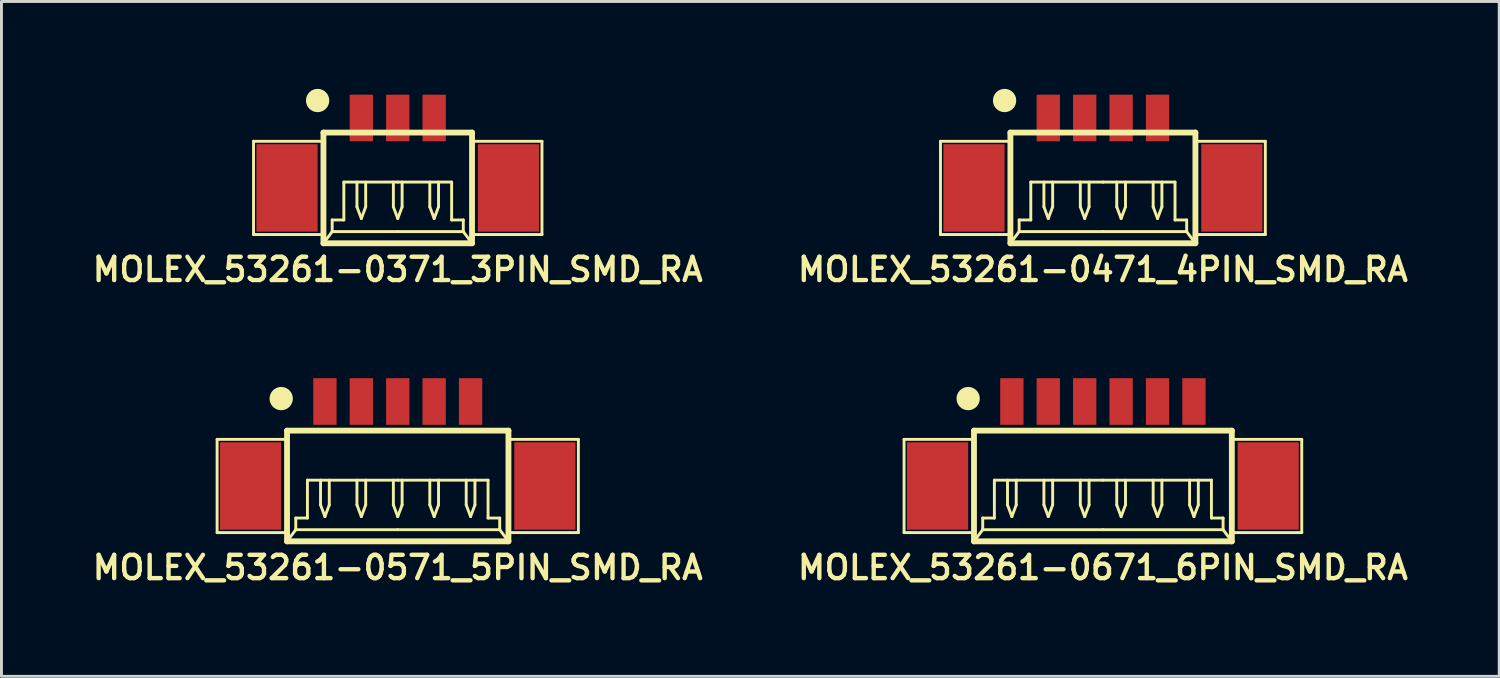
<source format=kicad_pcb>
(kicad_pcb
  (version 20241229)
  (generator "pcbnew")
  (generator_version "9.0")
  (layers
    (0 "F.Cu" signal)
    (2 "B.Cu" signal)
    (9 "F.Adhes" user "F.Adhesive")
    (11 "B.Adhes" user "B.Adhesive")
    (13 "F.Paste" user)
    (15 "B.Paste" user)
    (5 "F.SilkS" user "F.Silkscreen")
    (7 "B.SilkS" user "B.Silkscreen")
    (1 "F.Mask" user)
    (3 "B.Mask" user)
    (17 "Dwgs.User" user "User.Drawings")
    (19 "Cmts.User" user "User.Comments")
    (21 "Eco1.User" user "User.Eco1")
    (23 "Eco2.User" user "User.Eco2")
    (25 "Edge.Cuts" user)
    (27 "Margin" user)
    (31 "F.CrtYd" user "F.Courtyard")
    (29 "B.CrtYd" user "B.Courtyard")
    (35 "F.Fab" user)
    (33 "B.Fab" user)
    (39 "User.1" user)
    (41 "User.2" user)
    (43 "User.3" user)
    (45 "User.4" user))
  (footprint "MOLEX_53261-0371_3PIN_SMD_RA"
    (layer "F.Cu")
    (at 10.602 3.4)
    (property "Reference" "MOLEX_53261-0371_3PIN_SMD_RA" (at 0 2.8 0) (layer "F.SilkS") (effects (font (size 0.8 0.8) (thickness 0.15))))
    (attr through_hole)
    (fp_line (start -4.95 -1.6) (end -2.55 -1.6) (stroke (width 0.1) (type solid)) (layer "F.SilkS"))
    (fp_line (start -4.95 1.6) (end -4.95 -1.6) (stroke (width 0.1) (type solid)) (layer "F.SilkS"))
    (fp_line (start -2.55 -1.9) (end -2.55 1.9) (stroke (width 0.2) (type solid)) (layer "F.SilkS"))
    (fp_line (start -2.55 -1.9) (end 2.55 -1.9) (stroke (width 0.2) (type solid)) (layer "F.SilkS"))
    (fp_line (start -2.55 1.6) (end -4.95 1.6) (stroke (width 0.1) (type solid)) (layer "F.SilkS"))
    (fp_line (start -2.55 1.9) (end 2.55 1.9) (stroke (width 0.2) (type solid)) (layer "F.SilkS"))
    (fp_line (start -2.25 1.1) (end -2.25 1.5) (stroke (width 0.1) (type solid)) (layer "F.SilkS"))
    (fp_line (start -2.25 1.5) (end -2.55 1.9) (stroke (width 0.1) (type solid)) (layer "F.SilkS"))
    (fp_line (start -2.25 1.5) (end 0 1.5) (stroke (width 0.1) (type solid)) (layer "F.SilkS"))
    (fp_line (start -1.85 -0.2) (end -1.85 1.1) (stroke (width 0.1) (type solid)) (layer "F.SilkS"))
    (fp_line (start -1.85 1.1) (end -2.25 1.1) (stroke (width 0.1) (type solid)) (layer "F.SilkS"))
    (fp_line (start -1.4 -0.2) (end -1.4 0.65) (stroke (width 0.1) (type solid)) (layer "F.SilkS"))
    (fp_line (start -1.4 0.65) (end -1.25 1.05) (stroke (width 0.1) (type solid)) (layer "F.SilkS"))
    (fp_line (start -1.25 1.05) (end -1.1 0.65) (stroke (width 0.1) (type solid)) (layer "F.SilkS"))
    (fp_line (start -1.1 0.65) (end -1.1 -0.2) (stroke (width 0.1) (type solid)) (layer "F.SilkS"))
    (fp_line (start -0.15 -0.2) (end -0.15 0.65) (stroke (width 0.1) (type solid)) (layer "F.SilkS"))
    (fp_line (start -0.15 0.65) (end 0 1.05) (stroke (width 0.1) (type solid)) (layer "F.SilkS"))
    (fp_line (start 0 -0.2) (end -1.85 -0.2) (stroke (width 0.1) (type solid)) (layer "F.SilkS"))
    (fp_line (start 0 -0.2) (end 1.85 -0.2) (stroke (width 0.1) (type solid)) (layer "F.SilkS"))
    (fp_line (start 0 1.05) (end 0.15 0.65) (stroke (width 0.1) (type solid)) (layer "F.SilkS"))
    (fp_line (start 0.15 0.65) (end 0.15 -0.2) (stroke (width 0.1) (type solid)) (layer "F.SilkS"))
    (fp_line (start 1.1 -0.2) (end 1.1 0.65) (stroke (width 0.1) (type solid)) (layer "F.SilkS"))
    (fp_line (start 1.1 0.65) (end 1.25 1.05) (stroke (width 0.1) (type solid)) (layer "F.SilkS"))
    (fp_line (start 1.25 1.05) (end 1.4 0.65) (stroke (width 0.1) (type solid)) (layer "F.SilkS"))
    (fp_line (start 1.4 0.65) (end 1.4 -0.2) (stroke (width 0.1) (type solid)) (layer "F.SilkS"))
    (fp_line (start 1.85 -0.2) (end 1.85 1.1) (stroke (width 0.1) (type solid)) (layer "F.SilkS"))
    (fp_line (start 1.85 1.1) (end 2.25 1.1) (stroke (width 0.1) (type solid)) (layer "F.SilkS"))
    (fp_line (start 2.25 1.1) (end 2.25 1.5) (stroke (width 0.1) (type solid)) (layer "F.SilkS"))
    (fp_line (start 2.25 1.5) (end 0 1.5) (stroke (width 0.1) (type solid)) (layer "F.SilkS"))
    (fp_line (start 2.25 1.5) (end 2.55 1.9) (stroke (width 0.1) (type solid)) (layer "F.SilkS"))
    (fp_line (start 2.55 -1.9) (end 2.55 1.9) (stroke (width 0.2) (type solid)) (layer "F.SilkS"))
    (fp_line (start 2.55 1.6) (end 4.95 1.6) (stroke (width 0.1) (type solid)) (layer "F.SilkS"))
    (fp_line (start 4.95 -1.6) (end 2.55 -1.6) (stroke (width 0.1) (type solid)) (layer "F.SilkS"))
    (fp_line (start 4.95 1.6) (end 4.95 -1.6) (stroke (width 0.1) (type solid)) (layer "F.SilkS"))
    (fp_circle (center -2.75 -3) (end -2.75 -2.8) (stroke (width 0.4) (type solid)) (fill no) (layer "F.SilkS"))
    (pad "" smd rect (at -3.8 0) (size 2.1 3) (layers "F.Cu" "F.Mask"))
    (pad "" smd rect (at 3.8 0) (size 2.1 3) (layers "F.Cu" "F.Mask"))
    (pad "1" smd rect (at -1.25 -2.4) (size 0.8 1.6) (layers "F.Cu" "F.Mask"))
    (pad "2" smd rect (at 0 -2.4) (size 0.8 1.6) (layers "F.Cu" "F.Mask"))
    (pad "3" smd rect (at 1.25 -2.4) (size 0.8 1.6) (layers "F.Cu" "F.Mask")))
  (footprint "MOLEX_53261-0471_4PIN_SMD_RA"
    (layer "F.Cu")
    (at 34.806 3.4)
    (property "Reference" "MOLEX_53261-0471_4PIN_SMD_RA" (at 0 2.8 0) (layer "F.SilkS") (effects (font (size 0.8 0.8) (thickness 0.15))))
    (attr through_hole)
    (fp_line (start -5.575 -1.6) (end -3.175 -1.6) (stroke (width 0.1) (type solid)) (layer "F.SilkS"))
    (fp_line (start -5.575 1.6) (end -5.575 -1.6) (stroke (width 0.1) (type solid)) (layer "F.SilkS"))
    (fp_line (start -3.175 -1.9) (end -3.175 1.9) (stroke (width 0.2) (type solid)) (layer "F.SilkS"))
    (fp_line (start -3.175 -1.9) (end 3.175 -1.9) (stroke (width 0.2) (type solid)) (layer "F.SilkS"))
    (fp_line (start -3.175 1.6) (end -5.575 1.6) (stroke (width 0.1) (type solid)) (layer "F.SilkS"))
    (fp_line (start -3.175 1.9) (end 3.175 1.9) (stroke (width 0.2) (type solid)) (layer "F.SilkS"))
    (fp_line (start -2.875 1.1) (end -2.875 1.5) (stroke (width 0.1) (type solid)) (layer "F.SilkS"))
    (fp_line (start -2.875 1.5) (end -3.175 1.9) (stroke (width 0.1) (type solid)) (layer "F.SilkS"))
    (fp_line (start -2.875 1.5) (end 0 1.5) (stroke (width 0.1) (type solid)) (layer "F.SilkS"))
    (fp_line (start -2.475 -0.2) (end -2.475 1.1) (stroke (width 0.1) (type solid)) (layer "F.SilkS"))
    (fp_line (start -2.475 1.1) (end -2.875 1.1) (stroke (width 0.1) (type solid)) (layer "F.SilkS"))
    (fp_line (start -2.025 -0.2) (end -2.025 0.65) (stroke (width 0.1) (type solid)) (layer "F.SilkS"))
    (fp_line (start -2.025 0.65) (end -1.875 1.05) (stroke (width 0.1) (type solid)) (layer "F.SilkS"))
    (fp_line (start -1.875 1.05) (end -1.725 0.65) (stroke (width 0.1) (type solid)) (layer "F.SilkS"))
    (fp_line (start -1.725 0.65) (end -1.725 -0.2) (stroke (width 0.1) (type solid)) (layer "F.SilkS"))
    (fp_line (start -0.775 -0.2) (end -0.775 0.65) (stroke (width 0.1) (type solid)) (layer "F.SilkS"))
    (fp_line (start -0.775 0.65) (end -0.625 1.05) (stroke (width 0.1) (type solid)) (layer "F.SilkS"))
    (fp_line (start -0.625 1.05) (end -0.475 0.65) (stroke (width 0.1) (type solid)) (layer "F.SilkS"))
    (fp_line (start -0.475 0.65) (end -0.475 -0.2) (stroke (width 0.1) (type solid)) (layer "F.SilkS"))
    (fp_line (start 0 -0.2) (end -2.475 -0.2) (stroke (width 0.1) (type solid)) (layer "F.SilkS"))
    (fp_line (start 0 -0.2) (end 2.475 -0.2) (stroke (width 0.1) (type solid)) (layer "F.SilkS"))
    (fp_line (start 0.475 -0.2) (end 0.475 0.65) (stroke (width 0.1) (type solid)) (layer "F.SilkS"))
    (fp_line (start 0.475 0.65) (end 0.625 1.05) (stroke (width 0.1) (type solid)) (layer "F.SilkS"))
    (fp_line (start 0.625 1.05) (end 0.775 0.65) (stroke (width 0.1) (type solid)) (layer "F.SilkS"))
    (fp_line (start 0.775 0.65) (end 0.775 -0.2) (stroke (width 0.1) (type solid)) (layer "F.SilkS"))
    (fp_line (start 1.725 -0.2) (end 1.725 0.65) (stroke (width 0.1) (type solid)) (layer "F.SilkS"))
    (fp_line (start 1.725 0.65) (end 1.875 1.05) (stroke (width 0.1) (type solid)) (layer "F.SilkS"))
    (fp_line (start 1.875 1.05) (end 2.025 0.65) (stroke (width 0.1) (type solid)) (layer "F.SilkS"))
    (fp_line (start 2.025 0.65) (end 2.025 -0.2) (stroke (width 0.1) (type solid)) (layer "F.SilkS"))
    (fp_line (start 2.475 -0.2) (end 2.475 1.1) (stroke (width 0.1) (type solid)) (layer "F.SilkS"))
    (fp_line (start 2.475 1.1) (end 2.875 1.1) (stroke (width 0.1) (type solid)) (layer "F.SilkS"))
    (fp_line (start 2.875 1.1) (end 2.875 1.5) (stroke (width 0.1) (type solid)) (layer "F.SilkS"))
    (fp_line (start 2.875 1.5) (end 0 1.5) (stroke (width 0.1) (type solid)) (layer "F.SilkS"))
    (fp_line (start 2.875 1.5) (end 3.175 1.9) (stroke (width 0.1) (type solid)) (layer "F.SilkS"))
    (fp_line (start 3.175 -1.9) (end 3.175 1.9) (stroke (width 0.2) (type solid)) (layer "F.SilkS"))
    (fp_line (start 3.175 1.6) (end 5.575 1.6) (stroke (width 0.1) (type solid)) (layer "F.SilkS"))
    (fp_line (start 5.575 -1.6) (end 3.175 -1.6) (stroke (width 0.1) (type solid)) (layer "F.SilkS"))
    (fp_line (start 5.575 1.6) (end 5.575 -1.6) (stroke (width 0.1) (type solid)) (layer "F.SilkS"))
    (fp_circle (center -3.375 -3) (end -3.375 -2.8) (stroke (width 0.4) (type solid)) (fill no) (layer "F.SilkS"))
    (pad "" smd rect (at -4.425 0) (size 2.1 3) (layers "F.Cu" "F.Mask"))
    (pad "" smd rect (at 4.425 0) (size 2.1 3) (layers "F.Cu" "F.Mask"))
    (pad "1" smd rect (at -1.875 -2.4) (size 0.8 1.6) (layers "F.Cu" "F.Mask"))
    (pad "2" smd rect (at -0.625 -2.4) (size 0.8 1.6) (layers "F.Cu" "F.Mask"))
    (pad "3" smd rect (at 0.625 -2.4) (size 0.8 1.6) (layers "F.Cu" "F.Mask"))
    (pad "4" smd rect (at 1.875 -2.4) (size 0.8 1.6) (layers "F.Cu" "F.Mask")))
  (footprint "MOLEX_53261-0671_6PIN_SMD_RA"
    (layer "F.Cu")
    (at 34.806 13.631)
    (property "Reference" "MOLEX_53261-0671_6PIN_SMD_RA" (at 0 2.8 0) (layer "F.SilkS") (effects (font (size 0.8 0.8) (thickness 0.15))))
    (attr through_hole)
    (fp_line (start -6.825 -1.6) (end -4.425 -1.6) (stroke (width 0.1) (type solid)) (layer "F.SilkS"))
    (fp_line (start -6.825 1.6) (end -6.825 -1.6) (stroke (width 0.1) (type solid)) (layer "F.SilkS"))
    (fp_line (start -4.425 -1.9) (end -4.425 1.9) (stroke (width 0.2) (type solid)) (layer "F.SilkS"))
    (fp_line (start -4.425 -1.9) (end 4.425 -1.9) (stroke (width 0.2) (type solid)) (layer "F.SilkS"))
    (fp_line (start -4.425 1.6) (end -6.825 1.6) (stroke (width 0.1) (type solid)) (layer "F.SilkS"))
    (fp_line (start -4.425 1.9) (end 4.425 1.9) (stroke (width 0.2) (type solid)) (layer "F.SilkS"))
    (fp_line (start -4.125 1.1) (end -4.125 1.5) (stroke (width 0.1) (type solid)) (layer "F.SilkS"))
    (fp_line (start -4.125 1.5) (end -4.425 1.9) (stroke (width 0.1) (type solid)) (layer "F.SilkS"))
    (fp_line (start -4.125 1.5) (end 0 1.5) (stroke (width 0.1) (type solid)) (layer "F.SilkS"))
    (fp_line (start -3.725 -0.2) (end -3.725 1.1) (stroke (width 0.1) (type solid)) (layer "F.SilkS"))
    (fp_line (start -3.725 1.1) (end -4.125 1.1) (stroke (width 0.1) (type solid)) (layer "F.SilkS"))
    (fp_line (start -3.275 -0.2) (end -3.275 0.65) (stroke (width 0.1) (type solid)) (layer "F.SilkS"))
    (fp_line (start -3.275 0.65) (end -3.125 1.05) (stroke (width 0.1) (type solid)) (layer "F.SilkS"))
    (fp_line (start -3.125 1.05) (end -2.975 0.65) (stroke (width 0.1) (type solid)) (layer "F.SilkS"))
    (fp_line (start -2.975 0.65) (end -2.975 -0.2) (stroke (width 0.1) (type solid)) (layer "F.SilkS"))
    (fp_line (start -2.025 -0.2) (end -2.025 0.65) (stroke (width 0.1) (type solid)) (layer "F.SilkS"))
    (fp_line (start -2.025 0.65) (end -1.875 1.05) (stroke (width 0.1) (type solid)) (layer "F.SilkS"))
    (fp_line (start -1.875 1.05) (end -1.725 0.65) (stroke (width 0.1) (type solid)) (layer "F.SilkS"))
    (fp_line (start -1.725 0.65) (end -1.725 -0.2) (stroke (width 0.1) (type solid)) (layer "F.SilkS"))
    (fp_line (start -0.775 -0.2) (end -0.775 0.65) (stroke (width 0.1) (type solid)) (layer "F.SilkS"))
    (fp_line (start -0.775 0.65) (end -0.625 1.05) (stroke (width 0.1) (type solid)) (layer "F.SilkS"))
    (fp_line (start -0.625 1.05) (end -0.475 0.65) (stroke (width 0.1) (type solid)) (layer "F.SilkS"))
    (fp_line (start -0.475 0.65) (end -0.475 -0.2) (stroke (width 0.1) (type solid)) (layer "F.SilkS"))
    (fp_line (start 0 -0.2) (end -3.725 -0.2) (stroke (width 0.1) (type solid)) (layer "F.SilkS"))
    (fp_line (start 0 -0.2) (end 3.725 -0.2) (stroke (width 0.1) (type solid)) (layer "F.SilkS"))
    (fp_line (start 0.475 -0.2) (end 0.475 0.65) (stroke (width 0.1) (type solid)) (layer "F.SilkS"))
    (fp_line (start 0.475 0.65) (end 0.625 1.05) (stroke (width 0.1) (type solid)) (layer "F.SilkS"))
    (fp_line (start 0.625 1.05) (end 0.775 0.65) (stroke (width 0.1) (type solid)) (layer "F.SilkS"))
    (fp_line (start 0.775 0.65) (end 0.775 -0.2) (stroke (width 0.1) (type solid)) (layer "F.SilkS"))
    (fp_line (start 1.725 -0.2) (end 1.725 0.65) (stroke (width 0.1) (type solid)) (layer "F.SilkS"))
    (fp_line (start 1.725 0.65) (end 1.875 1.05) (stroke (width 0.1) (type solid)) (layer "F.SilkS"))
    (fp_line (start 1.875 1.05) (end 2.025 0.65) (stroke (width 0.1) (type solid)) (layer "F.SilkS"))
    (fp_line (start 2.025 0.65) (end 2.025 -0.2) (stroke (width 0.1) (type solid)) (layer "F.SilkS"))
    (fp_line (start 2.975 -0.2) (end 2.975 0.65) (stroke (width 0.1) (type solid)) (layer "F.SilkS"))
    (fp_line (start 2.975 0.65) (end 3.125 1.05) (stroke (width 0.1) (type solid)) (layer "F.SilkS"))
    (fp_line (start 3.125 1.05) (end 3.275 0.65) (stroke (width 0.1) (type solid)) (layer "F.SilkS"))
    (fp_line (start 3.275 0.65) (end 3.275 -0.2) (stroke (width 0.1) (type solid)) (layer "F.SilkS"))
    (fp_line (start 3.725 -0.2) (end 3.725 1.1) (stroke (width 0.1) (type solid)) (layer "F.SilkS"))
    (fp_line (start 3.725 1.1) (end 4.125 1.1) (stroke (width 0.1) (type solid)) (layer "F.SilkS"))
    (fp_line (start 4.125 1.1) (end 4.125 1.5) (stroke (width 0.1) (type solid)) (layer "F.SilkS"))
    (fp_line (start 4.125 1.5) (end 0 1.5) (stroke (width 0.1) (type solid)) (layer "F.SilkS"))
    (fp_line (start 4.125 1.5) (end 4.425 1.9) (stroke (width 0.1) (type solid)) (layer "F.SilkS"))
    (fp_line (start 4.425 -1.9) (end 4.425 1.9) (stroke (width 0.2) (type solid)) (layer "F.SilkS"))
    (fp_line (start 4.425 1.6) (end 6.825 1.6) (stroke (width 0.1) (type solid)) (layer "F.SilkS"))
    (fp_line (start 6.825 -1.6) (end 4.425 -1.6) (stroke (width 0.1) (type solid)) (layer "F.SilkS"))
    (fp_line (start 6.825 1.6) (end 6.825 -1.6) (stroke (width 0.1) (type solid)) (layer "F.SilkS"))
    (fp_circle (center -4.625 -3) (end -4.625 -2.8) (stroke (width 0.4) (type solid)) (fill no) (layer "F.SilkS"))
    (pad "" smd rect (at -5.675 0) (size 2.1 3) (layers "F.Cu" "F.Mask"))
    (pad "" smd rect (at 5.675 0) (size 2.1 3) (layers "F.Cu" "F.Mask"))
    (pad "1" smd rect (at -3.125 -2.9) (size 0.8 1.6) (layers "F.Cu" "F.Mask"))
    (pad "2" smd rect (at -1.875 -2.9) (size 0.8 1.6) (layers "F.Cu" "F.Mask"))
    (pad "3" smd rect (at -0.625 -2.9) (size 0.8 1.6) (layers "F.Cu" "F.Mask"))
    (pad "4" smd rect (at 0.625 -2.9) (size 0.8 1.6) (layers "F.Cu" "F.Mask"))
    (pad "5" smd rect (at 1.875 -2.9) (size 0.8 1.6) (layers "F.Cu" "F.Mask"))
    (pad "6" smd rect (at 3.125 -2.9) (size 0.8 1.6) (layers "F.Cu" "F.Mask")))
  (footprint "MOLEX_53261-0571_5PIN_SMD_RA"
    (layer "F.Cu")
    (at 10.602 13.631)
    (property "Reference" "MOLEX_53261-0571_5PIN_SMD_RA" (at 0 2.8 0) (layer "F.SilkS") (effects (font (size 0.8 0.8) (thickness 0.15))))
    (attr through_hole)
    (fp_line (start -6.2 -1.6) (end -3.8 -1.6) (stroke (width 0.1) (type solid)) (layer "F.SilkS"))
    (fp_line (start -6.2 1.6) (end -6.2 -1.6) (stroke (width 0.1) (type solid)) (layer "F.SilkS"))
    (fp_line (start -3.8 -1.9) (end -3.8 1.9) (stroke (width 0.2) (type solid)) (layer "F.SilkS"))
    (fp_line (start -3.8 -1.9) (end 3.8 -1.9) (stroke (width 0.2) (type solid)) (layer "F.SilkS"))
    (fp_line (start -3.8 1.6) (end -6.2 1.6) (stroke (width 0.1) (type solid)) (layer "F.SilkS"))
    (fp_line (start -3.8 1.9) (end 3.8 1.9) (stroke (width 0.2) (type solid)) (layer "F.SilkS"))
    (fp_line (start -3.5 1.1) (end -3.5 1.5) (stroke (width 0.1) (type solid)) (layer "F.SilkS"))
    (fp_line (start -3.5 1.5) (end -3.8 1.9) (stroke (width 0.1) (type solid)) (layer "F.SilkS"))
    (fp_line (start -3.5 1.5) (end 0 1.5) (stroke (width 0.1) (type solid)) (layer "F.SilkS"))
    (fp_line (start -3.1 -0.2) (end -3.1 1.1) (stroke (width 0.1) (type solid)) (layer "F.SilkS"))
    (fp_line (start -3.1 1.1) (end -3.5 1.1) (stroke (width 0.1) (type solid)) (layer "F.SilkS"))
    (fp_line (start -2.65 -0.2) (end -2.65 0.65) (stroke (width 0.1) (type solid)) (layer "F.SilkS"))
    (fp_line (start -2.65 0.65) (end -2.5 1.05) (stroke (width 0.1) (type solid)) (layer "F.SilkS"))
    (fp_line (start -2.5 1.05) (end -2.35 0.65) (stroke (width 0.1) (type solid)) (layer "F.SilkS"))
    (fp_line (start -2.35 0.65) (end -2.35 -0.2) (stroke (width 0.1) (type solid)) (layer "F.SilkS"))
    (fp_line (start -1.4 -0.2) (end -1.4 0.65) (stroke (width 0.1) (type solid)) (layer "F.SilkS"))
    (fp_line (start -1.4 0.65) (end -1.25 1.05) (stroke (width 0.1) (type solid)) (layer "F.SilkS"))
    (fp_line (start -1.25 1.05) (end -1.1 0.65) (stroke (width 0.1) (type solid)) (layer "F.SilkS"))
    (fp_line (start -1.1 0.65) (end -1.1 -0.2) (stroke (width 0.1) (type solid)) (layer "F.SilkS"))
    (fp_line (start -0.15 -0.2) (end -0.15 0.65) (stroke (width 0.1) (type solid)) (layer "F.SilkS"))
    (fp_line (start -0.15 0.65) (end 0 1.05) (stroke (width 0.1) (type solid)) (layer "F.SilkS"))
    (fp_line (start 0 -0.2) (end -3.1 -0.2) (stroke (width 0.1) (type solid)) (layer "F.SilkS"))
    (fp_line (start 0 -0.2) (end 3.1 -0.2) (stroke (width 0.1) (type solid)) (layer "F.SilkS"))
    (fp_line (start 0 1.05) (end 0.15 0.65) (stroke (width 0.1) (type solid)) (layer "F.SilkS"))
    (fp_line (start 0.15 0.65) (end 0.15 -0.2) (stroke (width 0.1) (type solid)) (layer "F.SilkS"))
    (fp_line (start 1.1 -0.2) (end 1.1 0.65) (stroke (width 0.1) (type solid)) (layer "F.SilkS"))
    (fp_line (start 1.1 0.65) (end 1.25 1.05) (stroke (width 0.1) (type solid)) (layer "F.SilkS"))
    (fp_line (start 1.25 1.05) (end 1.4 0.65) (stroke (width 0.1) (type solid)) (layer "F.SilkS"))
    (fp_line (start 1.4 0.65) (end 1.4 -0.2) (stroke (width 0.1) (type solid)) (layer "F.SilkS"))
    (fp_line (start 2.35 -0.2) (end 2.35 0.65) (stroke (width 0.1) (type solid)) (layer "F.SilkS"))
    (fp_line (start 2.35 0.65) (end 2.5 1.05) (stroke (width 0.1) (type solid)) (layer "F.SilkS"))
    (fp_line (start 2.5 1.05) (end 2.65 0.65) (stroke (width 0.1) (type solid)) (layer "F.SilkS"))
    (fp_line (start 2.65 0.65) (end 2.65 -0.2) (stroke (width 0.1) (type solid)) (layer "F.SilkS"))
    (fp_line (start 3.1 -0.2) (end 3.1 1.1) (stroke (width 0.1) (type solid)) (layer "F.SilkS"))
    (fp_line (start 3.1 1.1) (end 3.5 1.1) (stroke (width 0.1) (type solid)) (layer "F.SilkS"))
    (fp_line (start 3.5 1.1) (end 3.5 1.5) (stroke (width 0.1) (type solid)) (layer "F.SilkS"))
    (fp_line (start 3.5 1.5) (end 0 1.5) (stroke (width 0.1) (type solid)) (layer "F.SilkS"))
    (fp_line (start 3.5 1.5) (end 3.8 1.9) (stroke (width 0.1) (type solid)) (layer "F.SilkS"))
    (fp_line (start 3.8 -1.9) (end 3.8 1.9) (stroke (width 0.2) (type solid)) (layer "F.SilkS"))
    (fp_line (start 3.8 1.6) (end 6.2 1.6) (stroke (width 0.1) (type solid)) (layer "F.SilkS"))
    (fp_line (start 6.2 -1.6) (end 3.8 -1.6) (stroke (width 0.1) (type solid)) (layer "F.SilkS"))
    (fp_line (start 6.2 1.6) (end 6.2 -1.6) (stroke (width 0.1) (type solid)) (layer "F.SilkS"))
    (fp_circle (center -4 -3) (end -4 -2.8) (stroke (width 0.4) (type solid)) (fill no) (layer "F.SilkS"))
    (pad "" smd rect (at -5.05 0) (size 2.1 3) (layers "F.Cu" "F.Mask"))
    (pad "" smd rect (at 5.05 0) (size 2.1 3) (layers "F.Cu" "F.Mask"))
    (pad "1" smd rect (at -2.5 -2.9) (size 0.8 1.6) (layers "F.Cu" "F.Mask"))
    (pad "2" smd rect (at -1.25 -2.9) (size 0.8 1.6) (layers "F.Cu" "F.Mask"))
    (pad "3" smd rect (at 0 -2.9) (size 0.8 1.6) (layers "F.Cu" "F.Mask"))
    (pad "4" smd rect (at 1.25 -2.9) (size 0.8 1.6) (layers "F.Cu" "F.Mask"))
    (pad "5" smd rect (at 2.5 -2.9) (size 0.8 1.6) (layers "F.Cu" "F.Mask")))
  (gr_rect
    (start -3 -3)
    (end 48.409 20.163)
    (stroke (width 0.1) (type default))
    (fill no)
    (layer "Edge.Cuts")))
</source>
